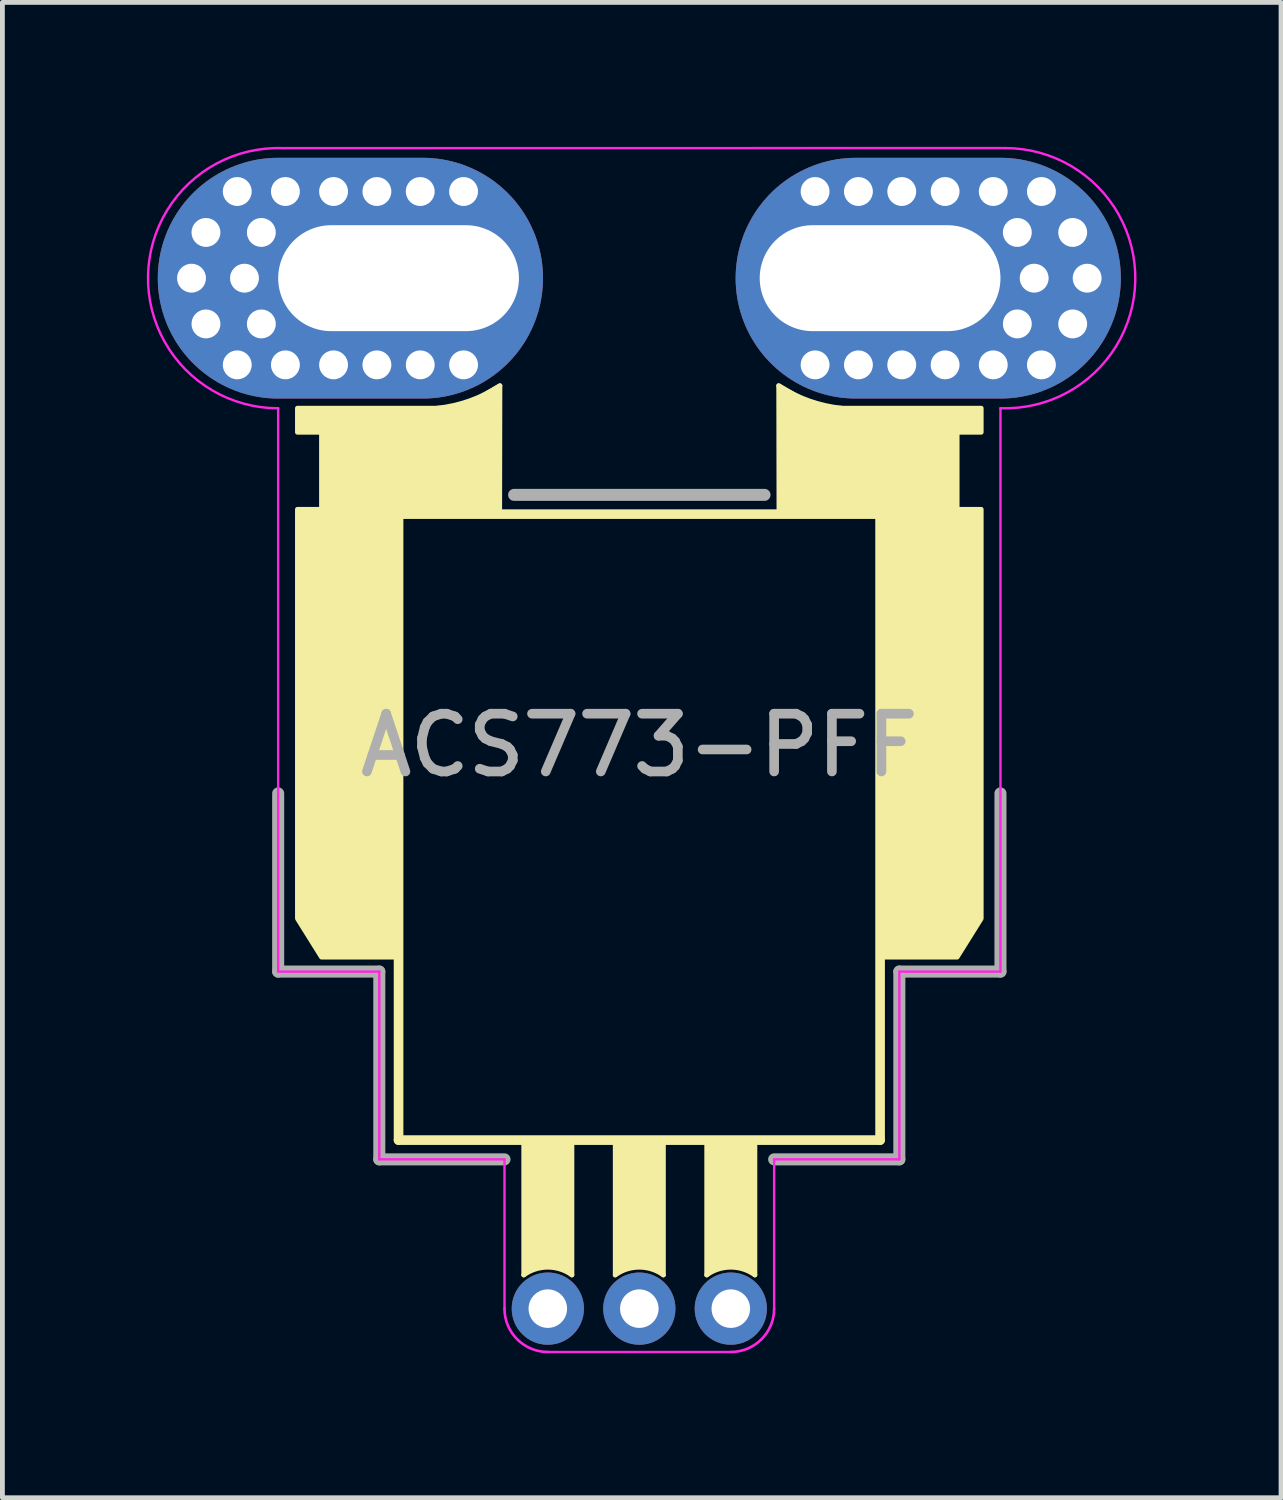
<source format=kicad_pcb>
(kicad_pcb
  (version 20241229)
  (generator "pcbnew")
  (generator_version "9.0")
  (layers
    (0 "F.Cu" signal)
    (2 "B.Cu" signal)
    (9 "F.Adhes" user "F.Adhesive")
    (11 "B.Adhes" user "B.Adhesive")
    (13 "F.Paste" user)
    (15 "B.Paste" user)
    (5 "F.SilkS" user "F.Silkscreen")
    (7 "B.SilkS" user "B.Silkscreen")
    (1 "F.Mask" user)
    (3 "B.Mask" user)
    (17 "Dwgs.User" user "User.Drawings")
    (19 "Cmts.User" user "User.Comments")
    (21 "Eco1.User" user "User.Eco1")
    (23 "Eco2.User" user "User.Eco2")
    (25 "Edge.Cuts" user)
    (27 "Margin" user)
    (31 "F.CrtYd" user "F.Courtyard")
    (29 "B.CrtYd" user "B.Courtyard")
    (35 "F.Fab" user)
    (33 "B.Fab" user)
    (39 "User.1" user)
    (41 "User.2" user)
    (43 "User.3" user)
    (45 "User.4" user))
  (footprint "ACS773-PFF"
    (layer "F.Cu")
    (at 10.227 13.427)
    (property "Reference" "ACS773-PFF" (at 0 -1 0) (layer "F.Fab") (effects (font (size 1.2 1.2) (thickness 0.2))))
    (attr through_hole)
    (fp_line (start -5 -5.8) (end -5 7.2) (stroke (width 0.2) (type solid)) (layer "F.SilkS"))
    (fp_line (start -5 7.2) (end 5 7.2) (stroke (width 0.2) (type solid)) (layer "F.SilkS"))
    (fp_line (start 5 -5.8) (end -5 -5.8) (stroke (width 0.2) (type solid)) (layer "F.SilkS"))
    (fp_line (start 5 7.2) (end 5 -5.8) (stroke (width 0.2) (type solid)) (layer "F.SilkS"))
    (fp_arc (start -2.894762 -8.466235) (mid -3.519272 -8.154426) (end -4.2 -8) (stroke (width 0.1) (type solid)) (layer "F.SilkS"))
    (fp_arc (start -2.4003 10.000216) (mid -1.900185 9.839769) (end -1.400001 10.000001) (stroke (width 0.1) (type solid)) (layer "F.SilkS"))
    (fp_arc (start -0.5003 10.000216) (mid -0.000185 9.839769) (end 0.499999 10.000001) (stroke (width 0.1) (type solid)) (layer "F.SilkS"))
    (fp_arc (start 1.3997 10.000216) (mid 1.899815 9.839769) (end 2.399999 10.000001) (stroke (width 0.1) (type solid)) (layer "F.SilkS"))
    (fp_arc (start 4.2 -8) (mid 3.519308 -8.154414) (end 2.894826 -8.466193) (stroke (width 0.1) (type solid)) (layer "F.SilkS"))
    (fp_poly (pts (xy -1.4 10) (xy -1.6 9.8) (xy -2.2 9.8) (xy -2.4 10) (xy -2.4 7.2) (xy -1.4 7.2)) (stroke (width 0.1) (type solid)) (fill yes) (layer "F.SilkS"))
    (fp_poly (pts (xy 0.5 10) (xy 0.3 9.8) (xy -0.3 9.8) (xy -0.5 10) (xy -0.5 7.2) (xy 0.5 7.2)) (stroke (width 0.1) (type solid)) (fill yes) (layer "F.SilkS"))
    (fp_poly (pts (xy 2.4 10) (xy 2.2 9.8) (xy 1.6 9.8) (xy 1.4 10) (xy 1.4 7.2) (xy 2.4 7.2)) (stroke (width 0.1) (type solid)) (fill yes) (layer "F.SilkS"))
    (fp_poly (pts (xy -2.9 -5.8) (xy -5 -5.8) (xy -5 3.4) (xy -6.6 3.4) (xy -7.1 2.6) (xy -7.1 -5.9) (xy -6.6 -5.9) (xy -6.6 -7.5) (xy -7.1 -7.5) (xy -7.1 -8) (xy -3.7 -8) (xy -2.895 -8.466)) (stroke (width 0.1) (type solid)) (fill yes) (layer "F.SilkS"))
    (fp_poly (pts (xy 2.9 -5.8) (xy 5 -5.8) (xy 5 3.4) (xy 6.6 3.4) (xy 7.1 2.6) (xy 7.1 -5.9) (xy 6.6 -5.9) (xy 6.6 -7.5) (xy 7.1 -7.5) (xy 7.1 -8) (xy 3.7 -8) (xy 2.895 -8.466)) (stroke (width 0.1) (type solid)) (fill yes) (layer "F.SilkS"))
    (fp_line (start -7.5 -8) (end -7.5 3.7) (stroke (width 0.05) (type solid)) (layer "F.CrtYd"))
    (fp_line (start -5.4 3.7) (end -7.5 3.7) (stroke (width 0.05) (type solid)) (layer "F.CrtYd"))
    (fp_line (start -5.4 3.7) (end -5.4 7.6) (stroke (width 0.05) (type solid)) (layer "F.CrtYd"))
    (fp_line (start -2.8 7.6) (end -5.4 7.6) (stroke (width 0.05) (type solid)) (layer "F.CrtYd"))
    (fp_line (start -2.8 10.7) (end -2.8 7.6) (stroke (width 0.05) (type solid)) (layer "F.CrtYd"))
    (fp_line (start -1.9 11.6) (end 1.9 11.6) (stroke (width 0.05) (type solid)) (layer "F.CrtYd"))
    (fp_line (start 2.8 10.7) (end 2.8 7.6) (stroke (width 0.05) (type solid)) (layer "F.CrtYd"))
    (fp_line (start 5.4 3.7) (end 5.4 7.6) (stroke (width 0.05) (type solid)) (layer "F.CrtYd"))
    (fp_line (start 5.4 7.6) (end 2.8 7.6) (stroke (width 0.05) (type solid)) (layer "F.CrtYd"))
    (fp_line (start 7.5 -8) (end 7.5 3.7) (stroke (width 0.05) (type solid)) (layer "F.CrtYd"))
    (fp_line (start 7.5 3.7) (end 5.4 3.7) (stroke (width 0.05) (type solid)) (layer "F.CrtYd"))
    (fp_line (start 7.601 -13.402) (end -7.4 -13.4) (stroke (width 0.05) (type solid)) (layer "F.CrtYd"))
    (fp_arc (start -7.500994 -7.99815) (mid -10.201378 -10.750505) (end -7.400001 -13.399999) (stroke (width 0.05) (type solid)) (layer "F.CrtYd"))
    (fp_arc (start -1.9 11.6) (mid -2.536396 11.336396) (end -2.8 10.7) (stroke (width 0.055) (type solid)) (layer "F.CrtYd"))
    (fp_arc (start 2.8 10.7) (mid 2.536396 11.336396) (end 1.9 11.6) (stroke (width 0.055) (type solid)) (layer "F.CrtYd"))
    (fp_arc (start 7.600993 -13.401849) (mid 10.301377 -10.649494) (end 7.5 -8) (stroke (width 0.05) (type solid)) (layer "F.CrtYd"))
    (fp_line (start -7.5 0) (end -7.5 3.7) (stroke (width 0.25) (type solid)) (layer "F.Fab"))
    (fp_line (start -7.5 3.7) (end -5.4 3.7) (stroke (width 0.25) (type solid)) (layer "F.Fab"))
    (fp_line (start -5.4 3.7) (end -5.4 7.6) (stroke (width 0.25) (type solid)) (layer "F.Fab"))
    (fp_line (start -5.4 7.6) (end -2.8 7.6) (stroke (width 0.25) (type solid)) (layer "F.Fab"))
    (fp_line (start -2.6 -6.2) (end 2.6 -6.2) (stroke (width 0.25) (type solid)) (layer "F.Fab"))
    (fp_line (start 5.4 3.7) (end 5.4 7.6) (stroke (width 0.25) (type solid)) (layer "F.Fab"))
    (fp_line (start 5.4 7.6) (end 2.8 7.6) (stroke (width 0.25) (type solid)) (layer "F.Fab"))
    (fp_line (start 7.5 0) (end 7.5 3.7) (stroke (width 0.25) (type solid)) (layer "F.Fab"))
    (fp_line (start 7.5 3.7) (end 5.4 3.7) (stroke (width 0.25) (type solid)) (layer "F.Fab"))
    (pad "1" thru_hole circle (at -1.9 10.7 90) (size 1.5 1.5) (drill 0.8) (layers "*.Cu" "*.Mask"))
    (pad "2" thru_hole circle (at 0 10.7 90) (size 1.5 1.5) (drill 0.8) (layers "*.Cu" "*.Mask"))
    (pad "3" thru_hole circle (at 1.9 10.7 90) (size 1.5 1.5) (drill 0.8) (layers "*.Cu" "*.Mask"))
    (pad "4" thru_hole circle (at 3.65 -12.5 90) (size 0.8 0.8) (drill 0.6) (layers "*.Cu" "*.Mask"))
    (pad "4" thru_hole circle (at 3.65 -8.9 270) (size 0.8 0.8) (drill 0.6) (layers "*.Cu" "*.Mask"))
    (pad "4" thru_hole circle (at 4.55 -12.5 90) (size 0.8 0.8) (drill 0.6) (layers "*.Cu" "*.Mask"))
    (pad "4" thru_hole circle (at 4.55 -8.9 270) (size 0.8 0.8) (drill 0.6) (layers "*.Cu" "*.Mask"))
    (pad "4" thru_hole oval (at 5 -10.7) (size 8 5) (drill oval 5 2.2 (offset 1 0)) (layers "*.Cu" "*.Mask"))
    (pad "4" thru_hole circle (at 5.45 -12.5 90) (size 0.8 0.8) (drill 0.6) (layers "*.Cu" "*.Mask"))
    (pad "4" thru_hole circle (at 5.45 -8.9 270) (size 0.8 0.8) (drill 0.6) (layers "*.Cu" "*.Mask"))
    (pad "4" thru_hole circle (at 6.35 -12.5 90) (size 0.8 0.8) (drill 0.6) (layers "*.Cu" "*.Mask"))
    (pad "4" thru_hole circle (at 6.35 -8.9 270) (size 0.8 0.8) (drill 0.6) (layers "*.Cu" "*.Mask"))
    (pad "4" thru_hole circle (at 7.35 -12.5 90) (size 0.8 0.8) (drill 0.6) (layers "*.Cu" "*.Mask"))
    (pad "4" thru_hole circle (at 7.35 -8.9 270) (size 0.8 0.8) (drill 0.6) (layers "*.Cu" "*.Mask"))
    (pad "4" thru_hole circle (at 7.85 -11.65 90) (size 0.8 0.8) (drill 0.6) (layers "*.Cu" "*.Mask"))
    (pad "4" thru_hole circle (at 7.85 -9.75 270) (size 0.8 0.8) (drill 0.6) (layers "*.Cu" "*.Mask"))
    (pad "4" thru_hole circle (at 8.2 -10.7 270) (size 0.8 0.8) (drill 0.6) (layers "*.Cu" "*.Mask"))
    (pad "4" thru_hole circle (at 8.35 -12.5 90) (size 0.8 0.8) (drill 0.6) (layers "*.Cu" "*.Mask"))
    (pad "4" thru_hole circle (at 8.35 -8.9 270) (size 0.8 0.8) (drill 0.6) (layers "*.Cu" "*.Mask"))
    (pad "4" thru_hole circle (at 9 -11.65 90) (size 0.8 0.8) (drill 0.6) (layers "*.Cu" "*.Mask"))
    (pad "4" thru_hole circle (at 9 -9.75 270) (size 0.8 0.8) (drill 0.6) (layers "*.Cu" "*.Mask"))
    (pad "4" thru_hole circle (at 9.3 -10.7 270) (size 0.8 0.8) (drill 0.6) (layers "*.Cu" "*.Mask"))
    (pad "5" thru_hole circle (at -9.3 -10.7 90) (size 0.8 0.8) (drill 0.6) (layers "*.Cu" "*.Mask"))
    (pad "5" thru_hole circle (at -9 -11.65 90) (size 0.8 0.8) (drill 0.6) (layers "*.Cu" "*.Mask"))
    (pad "5" thru_hole circle (at -9 -9.75 270) (size 0.8 0.8) (drill 0.6) (layers "*.Cu" "*.Mask"))
    (pad "5" thru_hole circle (at -8.35 -12.5 90) (size 0.8 0.8) (drill 0.6) (layers "*.Cu" "*.Mask"))
    (pad "5" thru_hole circle (at -8.35 -8.9 270) (size 0.8 0.8) (drill 0.6) (layers "*.Cu" "*.Mask"))
    (pad "5" thru_hole circle (at -8.2 -10.7 90) (size 0.8 0.8) (drill 0.6) (layers "*.Cu" "*.Mask"))
    (pad "5" thru_hole circle (at -7.85 -11.65 90) (size 0.8 0.8) (drill 0.6) (layers "*.Cu" "*.Mask"))
    (pad "5" thru_hole circle (at -7.85 -9.75 270) (size 0.8 0.8) (drill 0.6) (layers "*.Cu" "*.Mask"))
    (pad "5" thru_hole circle (at -7.35 -12.5 90) (size 0.8 0.8) (drill 0.6) (layers "*.Cu" "*.Mask"))
    (pad "5" thru_hole circle (at -7.35 -8.9 270) (size 0.8 0.8) (drill 0.6) (layers "*.Cu" "*.Mask"))
    (pad "5" thru_hole circle (at -6.35 -12.5 90) (size 0.8 0.8) (drill 0.6) (layers "*.Cu" "*.Mask"))
    (pad "5" thru_hole circle (at -6.35 -8.9 270) (size 0.8 0.8) (drill 0.6) (layers "*.Cu" "*.Mask"))
    (pad "5" thru_hole circle (at -5.45 -12.5 90) (size 0.8 0.8) (drill 0.6) (layers "*.Cu" "*.Mask"))
    (pad "5" thru_hole circle (at -5.45 -8.9 270) (size 0.8 0.8) (drill 0.6) (layers "*.Cu" "*.Mask"))
    (pad "5" thru_hole oval (at -5 -10.7 180) (size 8 5) (drill oval 5 2.2 (offset 1 0)) (layers "*.Cu" "*.Mask"))
    (pad "5" thru_hole circle (at -4.55 -12.5 90) (size 0.8 0.8) (drill 0.6) (layers "*.Cu" "*.Mask"))
    (pad "5" thru_hole circle (at -4.55 -8.9 270) (size 0.8 0.8) (drill 0.6) (layers "*.Cu" "*.Mask"))
    (pad "5" thru_hole circle (at -3.65 -12.5 90) (size 0.8 0.8) (drill 0.6) (layers "*.Cu" "*.Mask"))
    (pad "5" thru_hole circle (at -3.65 -8.9 270) (size 0.8 0.8) (drill 0.6) (layers "*.Cu" "*.Mask")))
  (gr_rect
    (start -3 -3)
    (end 23.554 28.054)
    (stroke (width 0.1) (type default))
    (fill no)
    (layer "Edge.Cuts")))
</source>
